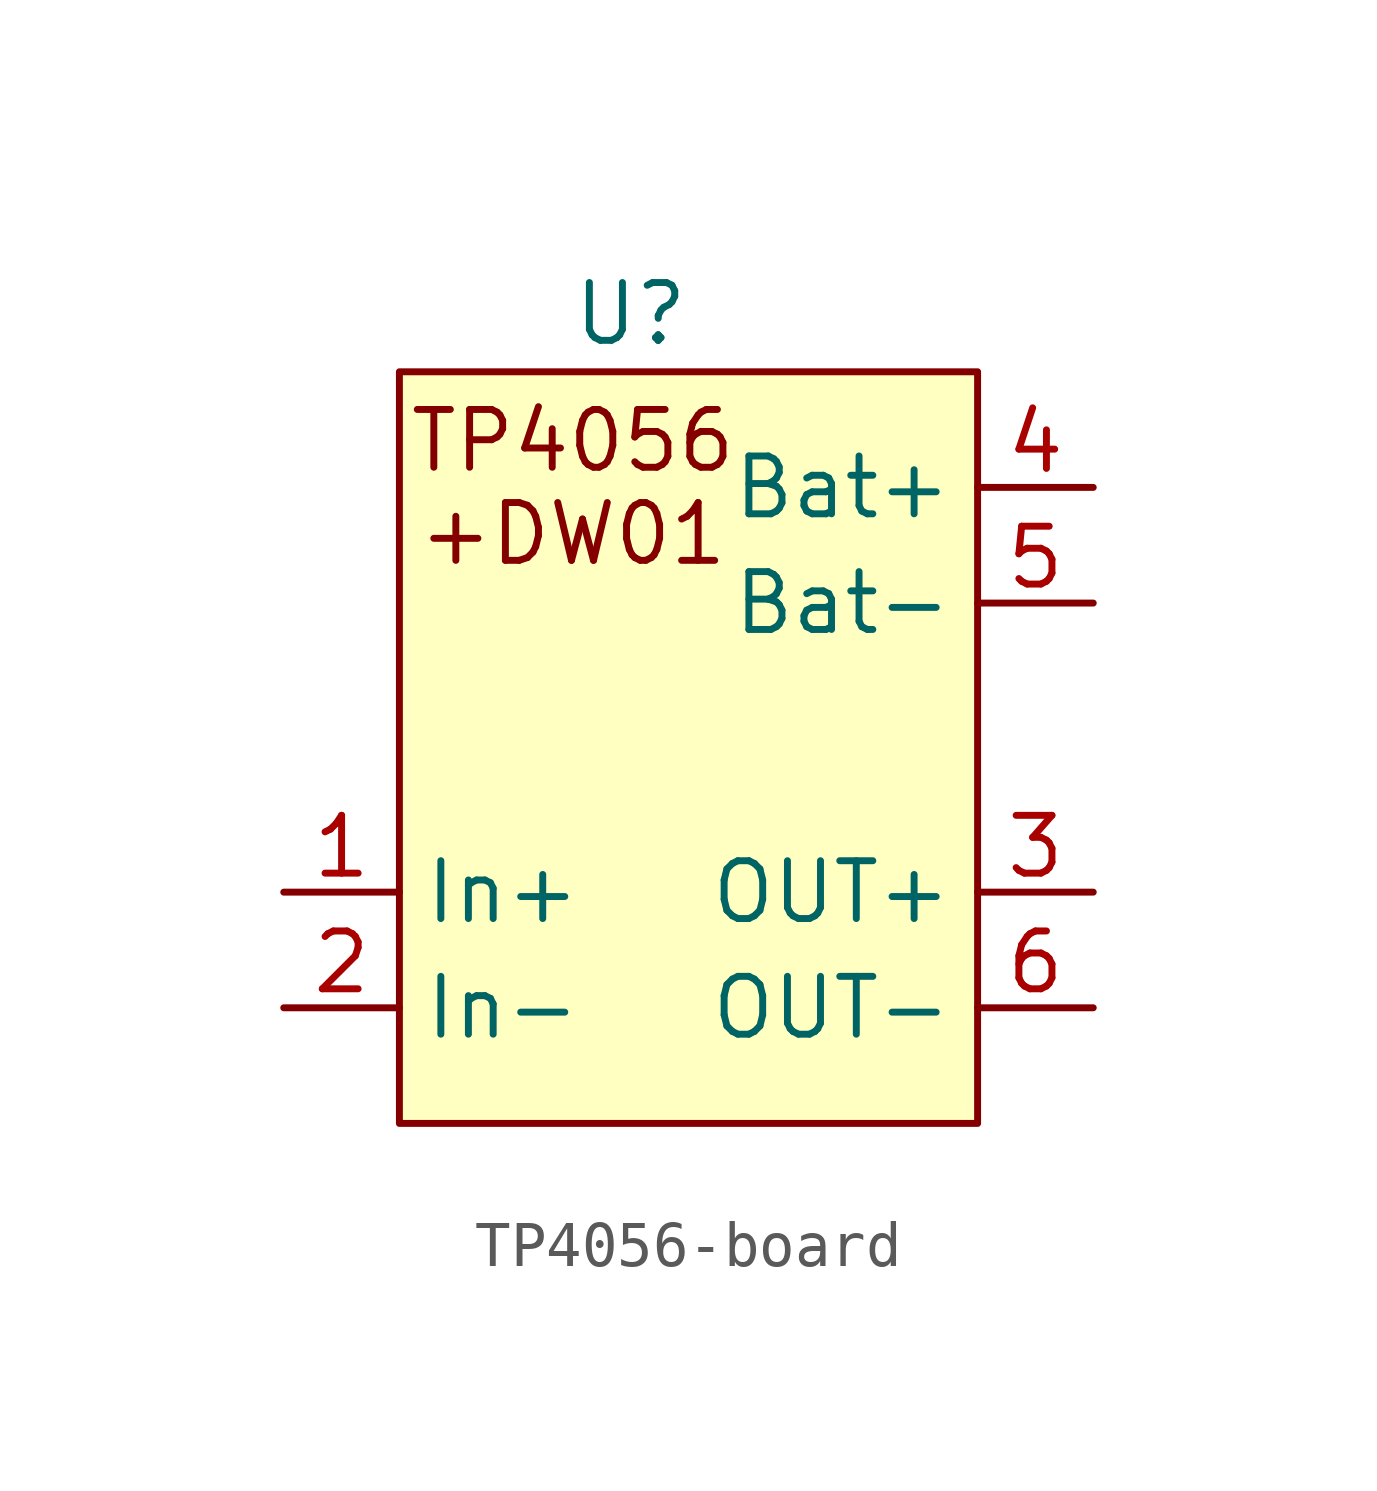
<source format=kicad_sym>
(kicad_symbol_lib
  (version 20220914)
  (generator kicad_symbol_editor)
  (symbol "TP4056-board"
    (property "Reference" "U"
      (at -1.27 8.89 0)
      (effects (font (size 1.27 1.27))))
    (property "Value" ""
      (at -2.54 1.27 0)
      (effects (font (size 1.27 1.27))))
    (symbol "TP4056-board_0_1"
      (rectangle (start -6.35 7.62) (end 6.35 -8.89) (stroke (width 0) (type default)) (fill (type background)))
      (text "TP4056\n+DW01" (at -2.54 5.08 0) (effects (font (size 1.27 1.27)))))
    (symbol "TP4056-board_1_1"
      (pin input line (at -8.89 -3.81 0) (length 2.54) (name "In+" (effects (font (size 1.27 1.27)))) (number "1" (effects (font (size 1.27 1.27)))))
      (pin input line (at -8.89 -6.35 0) (length 2.54) (name "In-" (effects (font (size 1.27 1.27)))) (number "2" (effects (font (size 1.27 1.27)))))
      (pin input line (at 8.89 -3.81 180) (length 2.54) (name "OUT+" (effects (font (size 1.27 1.27)))) (number "3" (effects (font (size 1.27 1.27)))))
      (pin input line (at 8.89 5.08 180) (length 2.54) (name "Bat+" (effects (font (size 1.27 1.27)))) (number "4" (effects (font (size 1.27 1.27)))))
      (pin input line (at 8.89 2.54 180) (length 2.54) (name "Bat-" (effects (font (size 1.27 1.27)))) (number "5" (effects (font (size 1.27 1.27)))))
      (pin input line (at 8.89 -6.35 180) (length 2.54) (name "OUT-" (effects (font (size 1.27 1.27)))) (number "6" (effects (font (size 1.27 1.27))))))))
</source>
